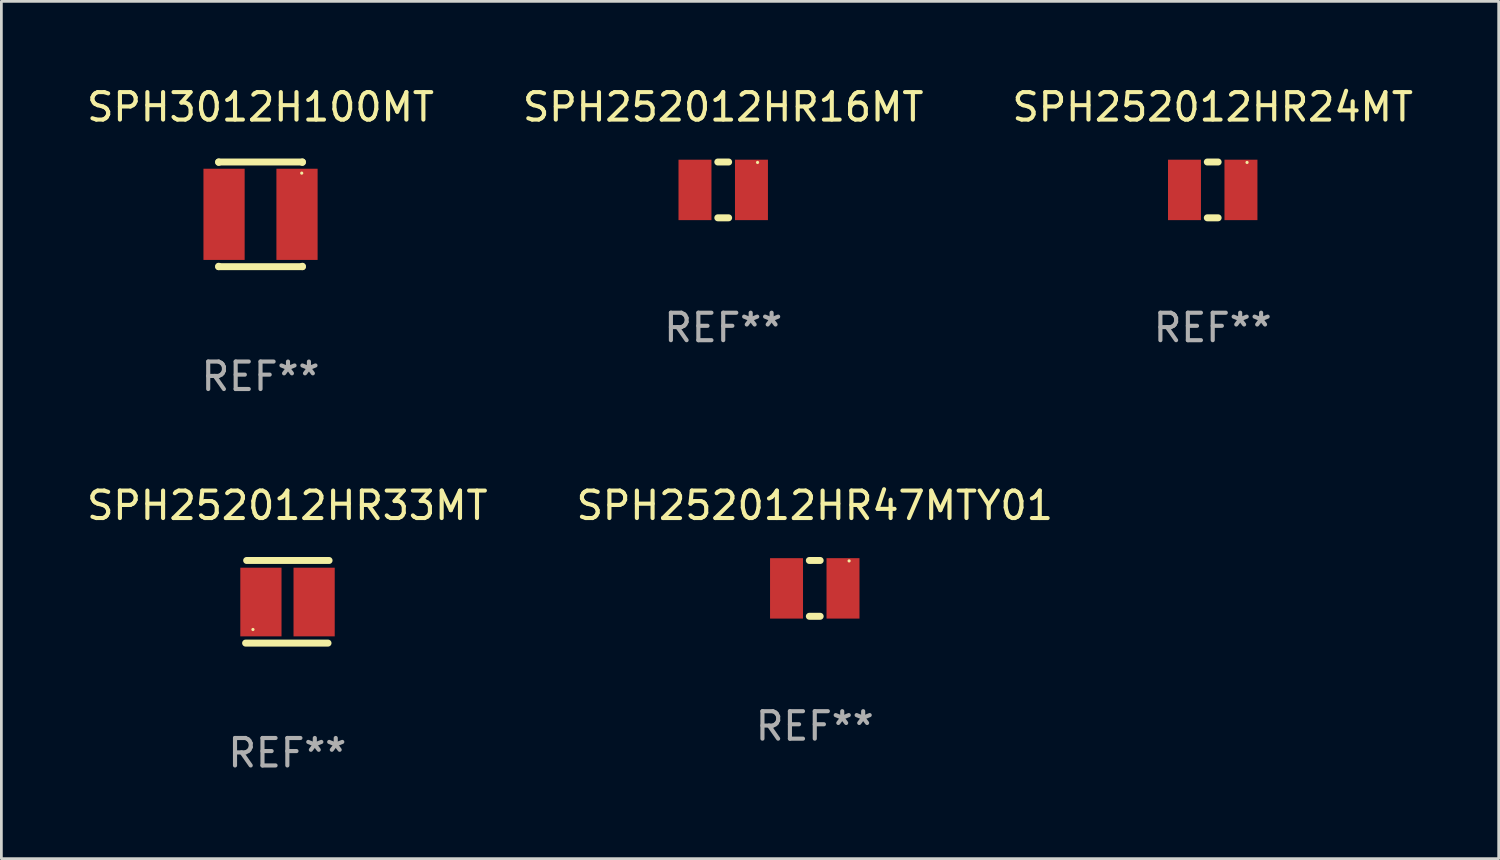
<source format=kicad_pcb>
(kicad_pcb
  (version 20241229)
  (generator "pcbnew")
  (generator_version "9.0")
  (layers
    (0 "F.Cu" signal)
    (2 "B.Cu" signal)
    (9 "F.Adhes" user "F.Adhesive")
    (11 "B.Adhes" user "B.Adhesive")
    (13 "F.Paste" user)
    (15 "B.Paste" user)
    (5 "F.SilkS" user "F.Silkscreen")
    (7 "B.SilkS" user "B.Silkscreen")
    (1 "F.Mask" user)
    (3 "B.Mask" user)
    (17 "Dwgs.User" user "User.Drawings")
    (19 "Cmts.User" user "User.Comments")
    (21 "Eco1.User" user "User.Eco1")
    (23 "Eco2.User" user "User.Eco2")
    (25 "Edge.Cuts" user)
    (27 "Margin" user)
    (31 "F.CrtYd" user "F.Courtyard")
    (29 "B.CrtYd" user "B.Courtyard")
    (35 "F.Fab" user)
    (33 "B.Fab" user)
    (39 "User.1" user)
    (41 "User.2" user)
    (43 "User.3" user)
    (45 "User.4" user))
  (footprint "SPH252012HR24MT"
    (layer "F.Cu")
    (at 41.101 3.864)
    (property "Reference" "SPH252012HR24MT" (at 0 -3.016 0) (layer "F.SilkS") (effects (font (size 1 1) (thickness 0.15))))
    (attr through_hole)
    (fp_line (start -0.197 1.016) (end 0.197 1.016) (stroke (width 0.254) (type solid)) (layer "F.SilkS"))
    (fp_line (start 0.197 -1.016) (end -0.197 -1.016) (stroke (width 0.254) (type solid)) (layer "F.SilkS"))
    (fp_circle (center 1.25 -1) (end 1.28 -1) (stroke (width 0.06) (type solid)) (fill no) (layer "F.SilkS"))
    (fp_text user "REF**" (at 0 5.016 0) (layer "F.Fab") (effects (font (size 1 1) (thickness 0.15))))
    (pad "1" smd rect (at 1.028 0) (size 1.2 2.2) (layers "F.Cu" "F.Mask" "F.Paste"))
    (pad "2" smd rect (at -1.028 0) (size 1.2 2.2) (layers "F.Cu" "F.Mask" "F.Paste")))
  (footprint "SPH3012H100MT"
    (layer "F.Cu")
    (at 6.435 4.753)
    (property "Reference" "SPH3012H100MT" (at 0 -3.905 0) (layer "F.SilkS") (effects (font (size 1 1) (thickness 0.15))))
    (attr through_hole)
    (fp_line (start -1.524 -1.905) (end 1.524 -1.905) (stroke (width 0.254) (type solid)) (layer "F.SilkS"))
    (fp_line (start -1.524 -1.891) (end -1.524 -1.905) (stroke (width 0.254) (type solid)) (layer "F.SilkS"))
    (fp_line (start -1.524 1.905) (end -1.524 1.891) (stroke (width 0.254) (type solid)) (layer "F.SilkS"))
    (fp_line (start -1.524 1.905) (end 1.524 1.905) (stroke (width 0.254) (type solid)) (layer "F.SilkS"))
    (fp_line (start 1.524 -1.905) (end 1.524 -1.891) (stroke (width 0.254) (type solid)) (layer "F.SilkS"))
    (fp_line (start 1.524 1.891) (end 1.524 1.905) (stroke (width 0.254) (type solid)) (layer "F.SilkS"))
    (fp_circle (center 1.5 -1.5) (end 1.53 -1.5) (stroke (width 0.06) (type solid)) (fill no) (layer "F.SilkS"))
    (fp_text user "REF**" (at 0 5.905 0) (layer "F.Fab") (effects (font (size 1 1) (thickness 0.15))))
    (pad "1" smd rect (at 1.328 0) (size 1.5 3.32) (layers "F.Cu" "F.Mask" "F.Paste"))
    (pad "2" smd rect (at -1.328 0) (size 1.5 3.32) (layers "F.Cu" "F.Mask" "F.Paste")))
  (footprint "SPH252012HR16MT"
    (layer "F.Cu")
    (at 23.28 3.864)
    (property "Reference" "SPH252012HR16MT" (at 0 -3.016 0) (layer "F.SilkS") (effects (font (size 1 1) (thickness 0.15))))
    (attr through_hole)
    (fp_line (start -0.197 1.016) (end 0.197 1.016) (stroke (width 0.254) (type solid)) (layer "F.SilkS"))
    (fp_line (start 0.197 -1.016) (end -0.197 -1.016) (stroke (width 0.254) (type solid)) (layer "F.SilkS"))
    (fp_circle (center 1.25 -1) (end 1.28 -1) (stroke (width 0.06) (type solid)) (fill no) (layer "F.SilkS"))
    (fp_text user "REF**" (at 0 5.016 0) (layer "F.Fab") (effects (font (size 1 1) (thickness 0.15))))
    (pad "1" smd rect (at 1.028 0) (size 1.2 2.2) (layers "F.Cu" "F.Mask" "F.Paste"))
    (pad "2" smd rect (at -1.028 0) (size 1.2 2.2) (layers "F.Cu" "F.Mask" "F.Paste")))
  (footprint "SPH252012HR33MT"
    (layer "F.Cu")
    (at 7.411 18.859)
    (property "Reference" "SPH252012HR33MT" (at 0 -3.504 0) (layer "F.SilkS") (effects (font (size 1 1) (thickness 0.15))))
    (attr through_hole)
    (fp_line (start -1.519 1.504) (end 1.481 1.504) (stroke (width 0.254) (type solid)) (layer "F.SilkS"))
    (fp_line (start -1.481 -1.504) (end 1.519 -1.504) (stroke (width 0.254) (type solid)) (layer "F.SilkS"))
    (fp_circle (center -1.252 1.009) (end -1.222 1.009) (stroke (width 0.06) (type solid)) (fill no) (layer "F.SilkS"))
    (fp_text user "REF**" (at 0 5.504 0) (layer "F.Fab") (effects (font (size 1 1) (thickness 0.15))))
    (pad "1" smd rect (at -0.962 0.009) (size 1.5 2.5) (layers "F.Cu" "F.Mask" "F.Paste"))
    (pad "2" smd rect (at 0.975 0.009) (size 1.5 2.5) (layers "F.Cu" "F.Mask" "F.Paste")))
  (footprint "SPH252012HR47MTY01"
    (layer "F.Cu")
    (at 26.613 18.371)
    (property "Reference" "SPH252012HR47MTY01" (at 0 -3.016 0) (layer "F.SilkS") (effects (font (size 1 1) (thickness 0.15))))
    (attr through_hole)
    (fp_line (start -0.197 1.016) (end 0.197 1.016) (stroke (width 0.254) (type solid)) (layer "F.SilkS"))
    (fp_line (start 0.197 -1.016) (end -0.197 -1.016) (stroke (width 0.254) (type solid)) (layer "F.SilkS"))
    (fp_circle (center 1.25 -1) (end 1.28 -1) (stroke (width 0.06) (type solid)) (fill no) (layer "F.SilkS"))
    (fp_text user "REF**" (at 0 5.016 0) (layer "F.Fab") (effects (font (size 1 1) (thickness 0.15))))
    (pad "1" smd rect (at 1.028 0) (size 1.2 2.2) (layers "F.Cu" "F.Mask" "F.Paste"))
    (pad "2" smd rect (at -1.028 0) (size 1.2 2.2) (layers "F.Cu" "F.Mask" "F.Paste")))
  (gr_rect
    (start -3 -3)
    (end 51.512 28.211)
    (stroke (width 0.1) (type default))
    (fill no)
    (layer "Edge.Cuts")))
</source>
